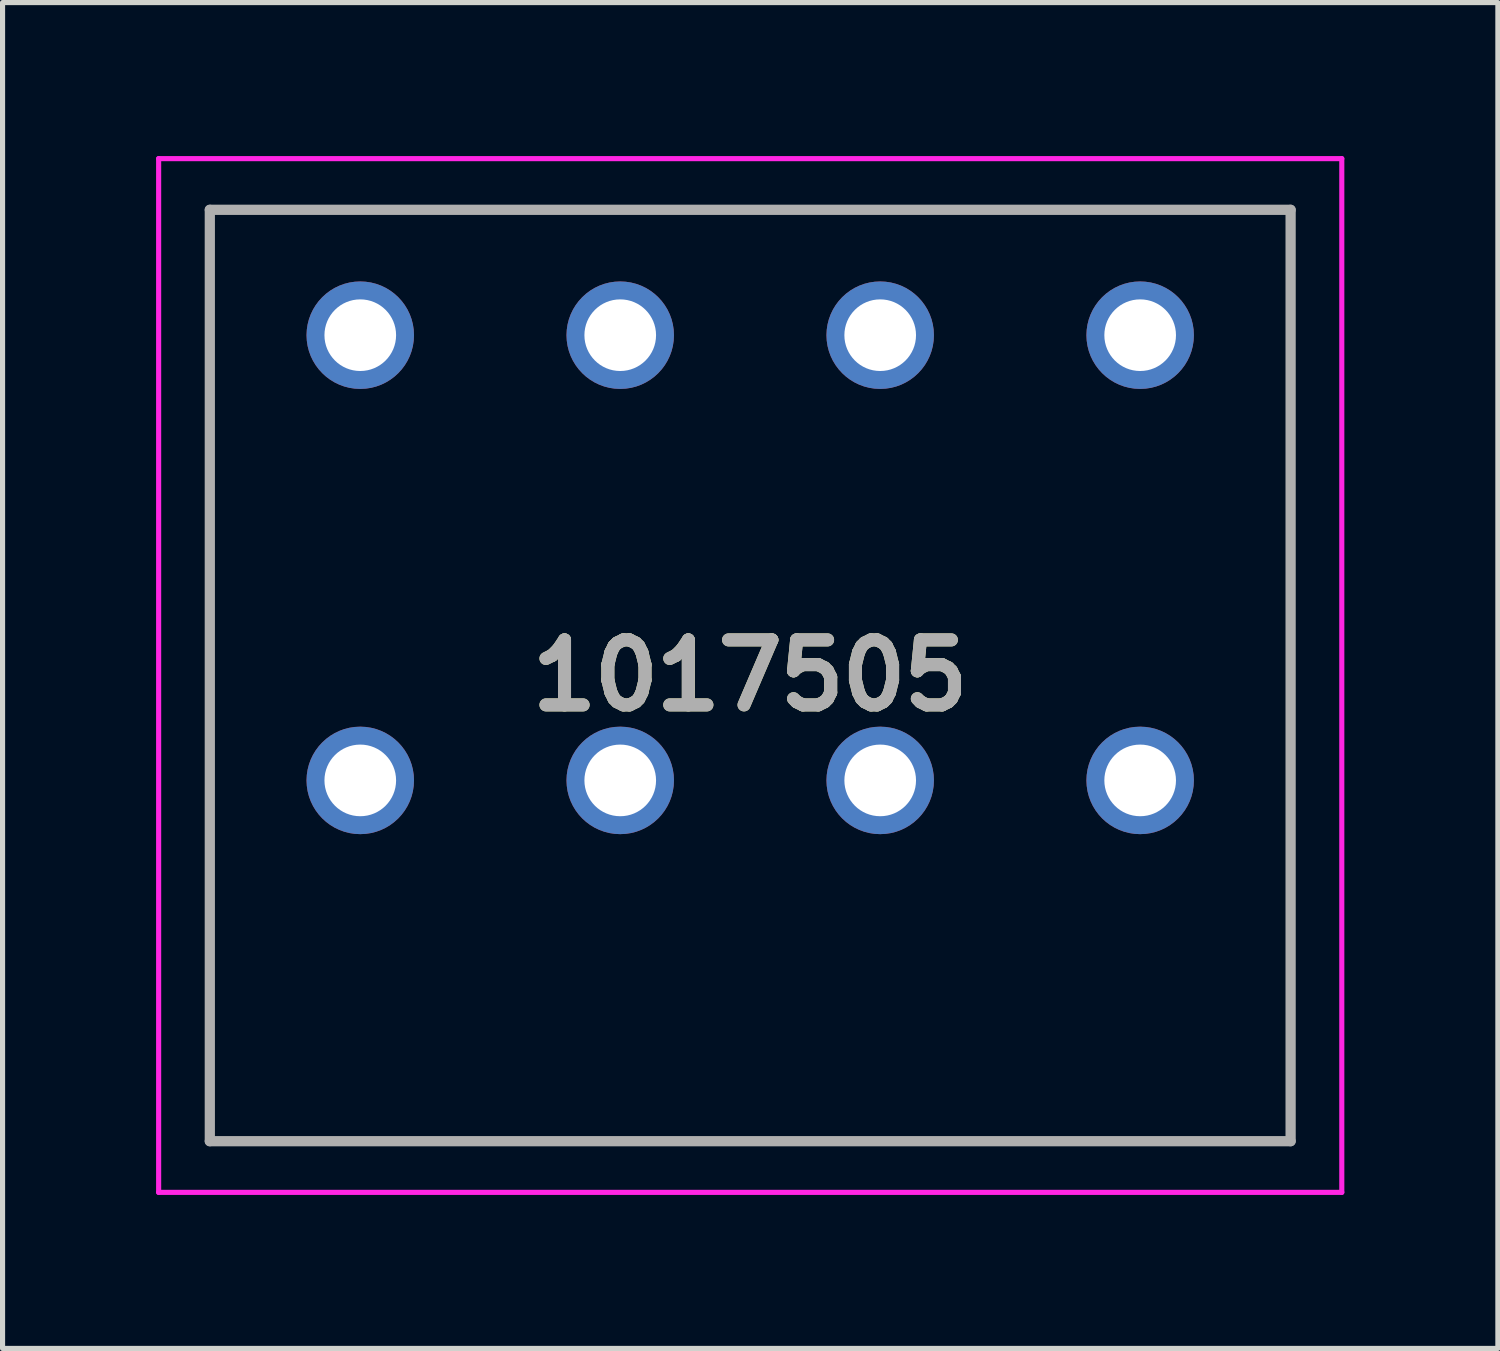
<source format=kicad_pcb>
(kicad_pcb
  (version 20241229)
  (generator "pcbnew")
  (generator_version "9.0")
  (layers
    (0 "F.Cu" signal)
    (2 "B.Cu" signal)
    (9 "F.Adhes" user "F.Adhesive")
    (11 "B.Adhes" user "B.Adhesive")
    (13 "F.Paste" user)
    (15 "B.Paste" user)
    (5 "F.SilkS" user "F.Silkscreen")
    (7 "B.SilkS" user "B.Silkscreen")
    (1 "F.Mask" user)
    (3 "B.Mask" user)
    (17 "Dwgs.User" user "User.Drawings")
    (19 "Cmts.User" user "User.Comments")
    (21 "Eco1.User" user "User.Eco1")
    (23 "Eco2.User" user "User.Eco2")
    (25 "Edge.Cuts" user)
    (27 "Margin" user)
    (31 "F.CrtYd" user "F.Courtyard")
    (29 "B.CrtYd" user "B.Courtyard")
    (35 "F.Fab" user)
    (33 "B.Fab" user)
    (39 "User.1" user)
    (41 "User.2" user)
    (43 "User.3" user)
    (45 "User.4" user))
  (footprint "1017505"
    (layer "F.Cu")
    (at 3.99 3.5)
    (property "Reference" "1017505" (at 7.62 6.65 0) (layer "F.SilkS") (effects (font (size 1.27 1.27) (thickness 0.254))))
    (attr through_hole)
    (fp_line (start -2.94 -2.45) (end 18.18 -2.45) (stroke (width 0.1) (type solid)) (layer "F.SilkS"))
    (fp_line (start -2.94 15.75) (end -2.94 -2.45) (stroke (width 0.1) (type solid)) (layer "F.SilkS"))
    (fp_line (start 18.18 -2.45) (end 18.18 15.75) (stroke (width 0.1) (type solid)) (layer "F.SilkS"))
    (fp_line (start 18.18 15.75) (end -2.94 15.75) (stroke (width 0.1) (type solid)) (layer "F.SilkS"))
    (fp_line (start -3.94 -3.45) (end 19.18 -3.45) (stroke (width 0.1) (type solid)) (layer "F.CrtYd"))
    (fp_line (start -3.94 16.75) (end -3.94 -3.45) (stroke (width 0.1) (type solid)) (layer "F.CrtYd"))
    (fp_line (start 19.18 -3.45) (end 19.18 16.75) (stroke (width 0.1) (type solid)) (layer "F.CrtYd"))
    (fp_line (start 19.18 16.75) (end -3.94 16.75) (stroke (width 0.1) (type solid)) (layer "F.CrtYd"))
    (fp_line (start -2.94 -2.45) (end 18.18 -2.45) (stroke (width 0.2) (type solid)) (layer "F.Fab"))
    (fp_line (start -2.94 15.75) (end -2.94 -2.45) (stroke (width 0.2) (type solid)) (layer "F.Fab"))
    (fp_line (start 18.18 -2.45) (end 18.18 15.75) (stroke (width 0.2) (type solid)) (layer "F.Fab"))
    (fp_line (start 18.18 15.75) (end -2.94 15.75) (stroke (width 0.2) (type solid)) (layer "F.Fab"))
    (fp_text user "${REFERENCE}" (at 7.62 6.65 0) (layer "F.Fab") (effects (font (size 1.27 1.27) (thickness 0.254))))
    (pad "1" thru_hole circle (at 0 0) (size 2.1 2.1) (drill 1.4) (layers "*.Cu" "*.Mask"))
    (pad "2" thru_hole circle (at 0 8.7) (size 2.1 2.1) (drill 1.4) (layers "*.Cu" "*.Mask"))
    (pad "3" thru_hole circle (at 5.08 0) (size 2.1 2.1) (drill 1.4) (layers "*.Cu" "*.Mask"))
    (pad "4" thru_hole circle (at 5.08 8.7) (size 2.1 2.1) (drill 1.4) (layers "*.Cu" "*.Mask"))
    (pad "5" thru_hole circle (at 10.16 0) (size 2.1 2.1) (drill 1.4) (layers "*.Cu" "*.Mask"))
    (pad "6" thru_hole circle (at 10.16 8.7) (size 2.1 2.1) (drill 1.4) (layers "*.Cu" "*.Mask"))
    (pad "7" thru_hole circle (at 15.24 0) (size 2.1 2.1) (drill 1.4) (layers "*.Cu" "*.Mask"))
    (pad "8" thru_hole circle (at 15.24 8.7) (size 2.1 2.1) (drill 1.4) (layers "*.Cu" "*.Mask")))
  (gr_rect
    (start -3 -3)
    (end 26.22 23.3)
    (stroke (width 0.1) (type default))
    (fill no)
    (layer "Edge.Cuts")))
</source>
